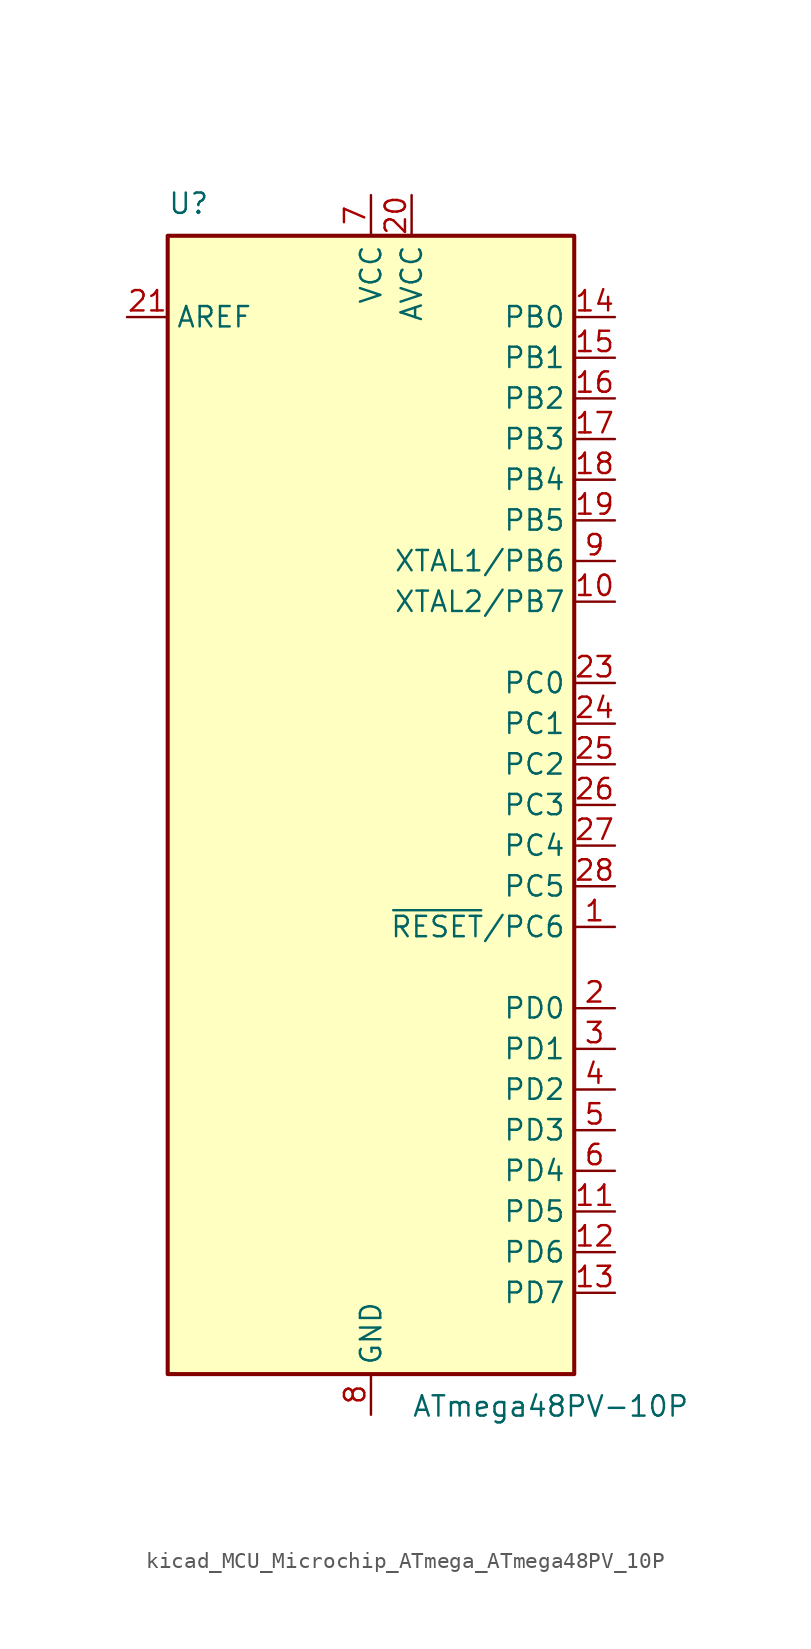
<source format=kicad_sym>
(kicad_symbol_lib
  (version 20220914)
  (generator kicad_symbol_editor)
  (symbol "kicad_MCU_Microchip_ATmega_ATmega48PV_10P"
    (property "Reference" "U"
      (at -12.7 36.83 0)
      (effects (font (size 1.27 1.27)) (justify left bottom)))
    (property "Value" "ATmega48PV-10P"
      (at 2.54 -36.83 0)
      (effects (font (size 1.27 1.27)) (justify left top)))
    (symbol "kicad_MCU_Microchip_ATmega_ATmega48PV_10P_0_1"
      (rectangle (start -12.7 -35.56) (end 12.7 35.56) (stroke (width 0.254) (type default)) (fill (type background))))
    (symbol "kicad_MCU_Microchip_ATmega_ATmega48PV_10P_1_1"
      (pin bidirectional line (at 15.24 -7.62 180) (length 2.54) (name "~{RESET}/PC6" (effects (font (size 1.27 1.27)))) (number "1" (effects (font (size 1.27 1.27)))))
      (pin bidirectional line (at 15.24 12.7 180) (length 2.54) (name "XTAL2/PB7" (effects (font (size 1.27 1.27)))) (number "10" (effects (font (size 1.27 1.27)))))
      (pin bidirectional line (at 15.24 -25.4 180) (length 2.54) (name "PD5" (effects (font (size 1.27 1.27)))) (number "11" (effects (font (size 1.27 1.27)))))
      (pin bidirectional line (at 15.24 -27.94 180) (length 2.54) (name "PD6" (effects (font (size 1.27 1.27)))) (number "12" (effects (font (size 1.27 1.27)))))
      (pin bidirectional line (at 15.24 -30.48 180) (length 2.54) (name "PD7" (effects (font (size 1.27 1.27)))) (number "13" (effects (font (size 1.27 1.27)))))
      (pin bidirectional line (at 15.24 30.48 180) (length 2.54) (name "PB0" (effects (font (size 1.27 1.27)))) (number "14" (effects (font (size 1.27 1.27)))))
      (pin bidirectional line (at 15.24 27.94 180) (length 2.54) (name "PB1" (effects (font (size 1.27 1.27)))) (number "15" (effects (font (size 1.27 1.27)))))
      (pin bidirectional line (at 15.24 25.4 180) (length 2.54) (name "PB2" (effects (font (size 1.27 1.27)))) (number "16" (effects (font (size 1.27 1.27)))))
      (pin bidirectional line (at 15.24 22.86 180) (length 2.54) (name "PB3" (effects (font (size 1.27 1.27)))) (number "17" (effects (font (size 1.27 1.27)))))
      (pin bidirectional line (at 15.24 20.32 180) (length 2.54) (name "PB4" (effects (font (size 1.27 1.27)))) (number "18" (effects (font (size 1.27 1.27)))))
      (pin bidirectional line (at 15.24 17.78 180) (length 2.54) (name "PB5" (effects (font (size 1.27 1.27)))) (number "19" (effects (font (size 1.27 1.27)))))
      (pin bidirectional line (at 15.24 -12.7 180) (length 2.54) (name "PD0" (effects (font (size 1.27 1.27)))) (number "2" (effects (font (size 1.27 1.27)))))
      (pin power_in line (at 2.54 38.1 270) (length 2.54) (name "AVCC" (effects (font (size 1.27 1.27)))) (number "20" (effects (font (size 1.27 1.27)))))
      (pin passive line (at -15.24 30.48 0) (length 2.54) (name "AREF" (effects (font (size 1.27 1.27)))) (number "21" (effects (font (size 1.27 1.27)))))
      (pin passive line (at 0 -38.1 90) (length 2.54) hide (name "GND" (effects (font (size 1.27 1.27)))) (number "22" (effects (font (size 1.27 1.27)))))
      (pin bidirectional line (at 15.24 7.62 180) (length 2.54) (name "PC0" (effects (font (size 1.27 1.27)))) (number "23" (effects (font (size 1.27 1.27)))))
      (pin bidirectional line (at 15.24 5.08 180) (length 2.54) (name "PC1" (effects (font (size 1.27 1.27)))) (number "24" (effects (font (size 1.27 1.27)))))
      (pin bidirectional line (at 15.24 2.54 180) (length 2.54) (name "PC2" (effects (font (size 1.27 1.27)))) (number "25" (effects (font (size 1.27 1.27)))))
      (pin bidirectional line (at 15.24 0 180) (length 2.54) (name "PC3" (effects (font (size 1.27 1.27)))) (number "26" (effects (font (size 1.27 1.27)))))
      (pin bidirectional line (at 15.24 -2.54 180) (length 2.54) (name "PC4" (effects (font (size 1.27 1.27)))) (number "27" (effects (font (size 1.27 1.27)))))
      (pin bidirectional line (at 15.24 -5.08 180) (length 2.54) (name "PC5" (effects (font (size 1.27 1.27)))) (number "28" (effects (font (size 1.27 1.27)))))
      (pin bidirectional line (at 15.24 -15.24 180) (length 2.54) (name "PD1" (effects (font (size 1.27 1.27)))) (number "3" (effects (font (size 1.27 1.27)))))
      (pin bidirectional line (at 15.24 -17.78 180) (length 2.54) (name "PD2" (effects (font (size 1.27 1.27)))) (number "4" (effects (font (size 1.27 1.27)))))
      (pin bidirectional line (at 15.24 -20.32 180) (length 2.54) (name "PD3" (effects (font (size 1.27 1.27)))) (number "5" (effects (font (size 1.27 1.27)))))
      (pin bidirectional line (at 15.24 -22.86 180) (length 2.54) (name "PD4" (effects (font (size 1.27 1.27)))) (number "6" (effects (font (size 1.27 1.27)))))
      (pin power_in line (at 0 38.1 270) (length 2.54) (name "VCC" (effects (font (size 1.27 1.27)))) (number "7" (effects (font (size 1.27 1.27)))))
      (pin power_in line (at 0 -38.1 90) (length 2.54) (name "GND" (effects (font (size 1.27 1.27)))) (number "8" (effects (font (size 1.27 1.27)))))
      (pin bidirectional line (at 15.24 15.24 180) (length 2.54) (name "XTAL1/PB6" (effects (font (size 1.27 1.27)))) (number "9" (effects (font (size 1.27 1.27))))))))
</source>
